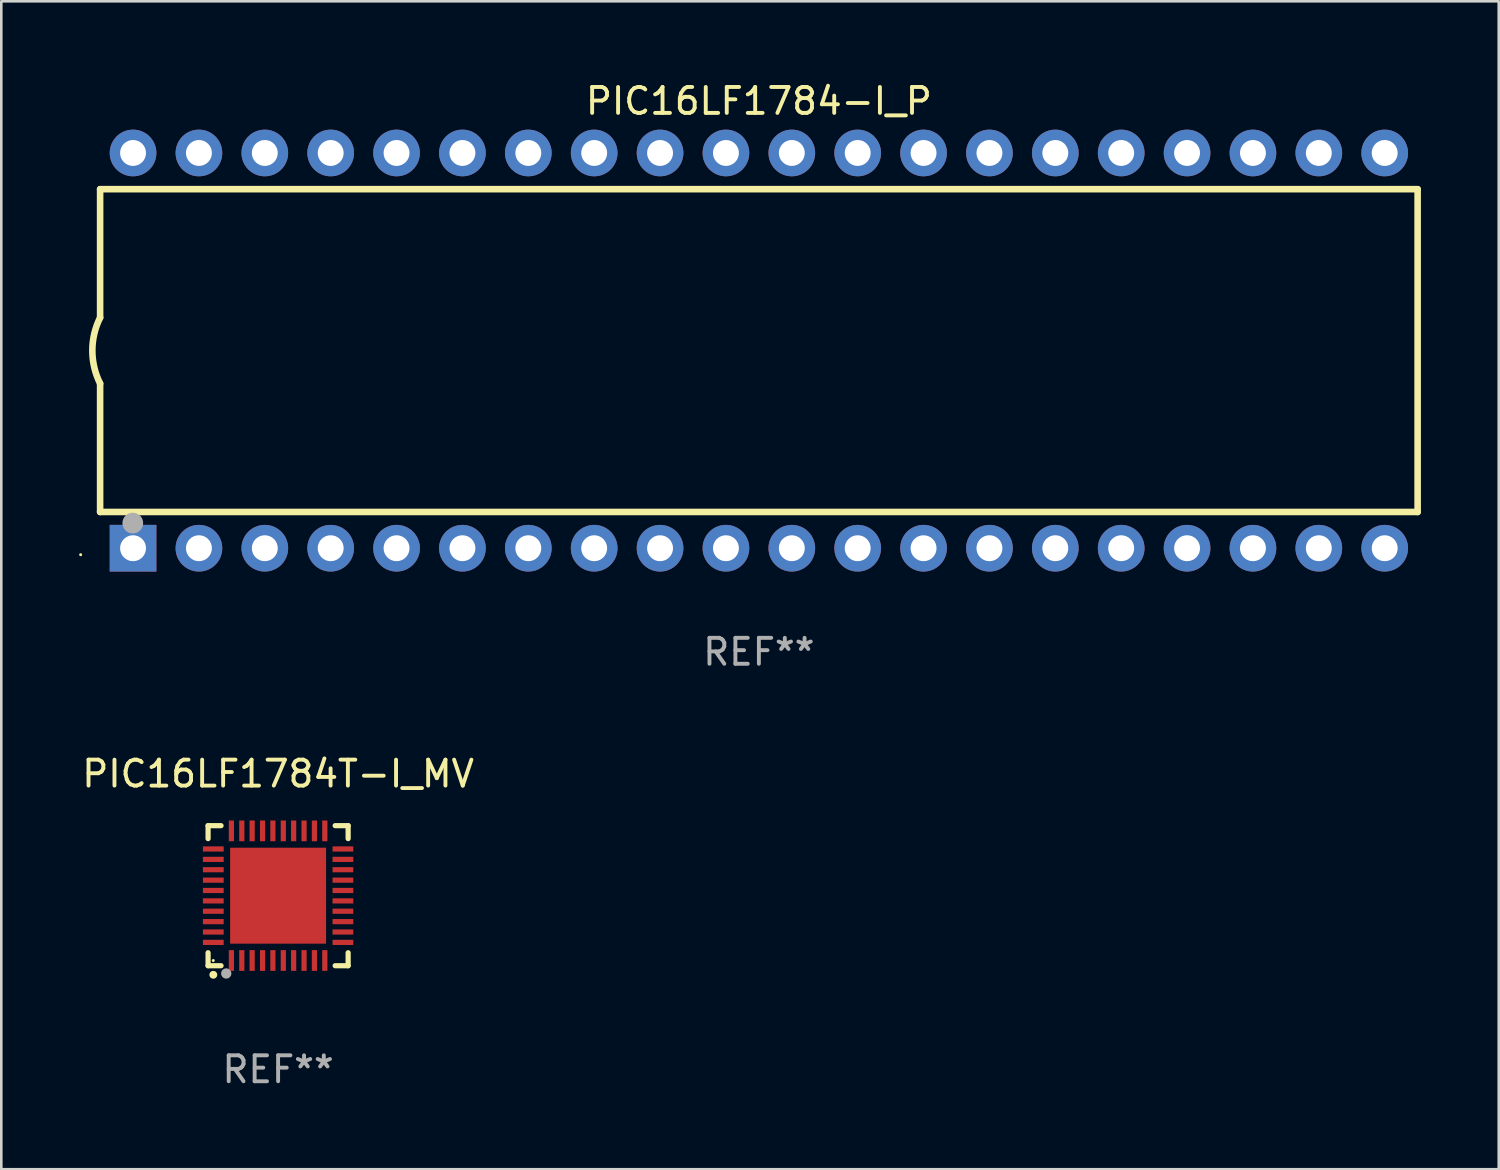
<source format=kicad_pcb>
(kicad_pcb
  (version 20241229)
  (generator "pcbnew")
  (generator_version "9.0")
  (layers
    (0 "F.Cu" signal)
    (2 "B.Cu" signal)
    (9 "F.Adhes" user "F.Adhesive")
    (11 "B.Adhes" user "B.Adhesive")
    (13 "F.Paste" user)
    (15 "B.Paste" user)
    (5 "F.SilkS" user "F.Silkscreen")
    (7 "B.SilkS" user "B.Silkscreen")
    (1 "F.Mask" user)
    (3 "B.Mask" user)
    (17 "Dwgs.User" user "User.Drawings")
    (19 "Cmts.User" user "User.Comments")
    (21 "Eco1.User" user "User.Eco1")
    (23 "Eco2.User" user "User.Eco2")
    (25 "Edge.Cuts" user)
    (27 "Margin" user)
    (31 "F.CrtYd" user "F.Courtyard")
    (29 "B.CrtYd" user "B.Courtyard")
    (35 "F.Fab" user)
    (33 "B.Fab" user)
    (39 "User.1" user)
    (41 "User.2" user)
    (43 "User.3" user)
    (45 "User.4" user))
  (footprint "PIC16LF1784-I_P"
    (layer "F.Cu")
    (at 26.21 10.468)
    (property "Reference" "PIC16LF1784-I_P" (at 0 -9.62 0) (layer "F.SilkS") (effects (font (size 1 1) (thickness 0.15))))
    (attr through_hole)
    (fp_line (start -25.4 -6.224) (end -25.4 -1.271) (stroke (width 0.254) (type solid)) (layer "F.SilkS"))
    (fp_line (start -25.4 -6.224) (end 25.4 -6.224) (stroke (width 0.254) (type solid)) (layer "F.SilkS"))
    (fp_line (start -25.4 1.269) (end -25.4 6.222) (stroke (width 0.254) (type solid)) (layer "F.SilkS"))
    (fp_line (start -25.4 6.222) (end 25.4 6.222) (stroke (width 0.254) (type solid)) (layer "F.SilkS"))
    (fp_line (start 25.4 6.222) (end 25.4 -6.224) (stroke (width 0.254) (type solid)) (layer "F.SilkS"))
    (fp_arc (start -25.4 1.269241) (mid -25.699807 -0.000762) (end -25.4 -1.270765) (stroke (width 0.254001) (type solid)) (layer "F.SilkS"))
    (fp_circle (center -26.15 7.87) (end -26.12 7.87) (stroke (width 0.06) (type solid)) (fill no) (layer "F.SilkS"))
    (fp_circle (center -24.14 6.65) (end -23.94 6.65) (stroke (width 0.4) (type solid)) (fill no) (layer "F.Fab"))
    (fp_text user "REF**" (at 0 11.62 0) (layer "F.Fab") (effects (font (size 1 1) (thickness 0.15))))
    (pad "1" thru_hole rect (at -24.13 7.62 90) (size 1.8 1.8) (drill 1) (layers "*.Cu" "*.Mask"))
    (pad "2" thru_hole circle (at -21.59 7.62) (size 1.8 1.8) (drill 1) (layers "*.Cu" "*.Mask"))
    (pad "3" thru_hole circle (at -19.05 7.62) (size 1.8 1.8) (drill 1) (layers "*.Cu" "*.Mask"))
    (pad "4" thru_hole circle (at -16.51 7.62) (size 1.8 1.8) (drill 1) (layers "*.Cu" "*.Mask"))
    (pad "5" thru_hole circle (at -13.97 7.62) (size 1.8 1.8) (drill 1) (layers "*.Cu" "*.Mask"))
    (pad "6" thru_hole circle (at -11.43 7.62) (size 1.8 1.8) (drill 1) (layers "*.Cu" "*.Mask"))
    (pad "7" thru_hole circle (at -8.89 7.62) (size 1.8 1.8) (drill 1) (layers "*.Cu" "*.Mask"))
    (pad "8" thru_hole circle (at -6.35 7.62) (size 1.8 1.8) (drill 1) (layers "*.Cu" "*.Mask"))
    (pad "9" thru_hole circle (at -3.81 7.62) (size 1.8 1.8) (drill 1) (layers "*.Cu" "*.Mask"))
    (pad "10" thru_hole circle (at -1.27 7.62) (size 1.8 1.8) (drill 1) (layers "*.Cu" "*.Mask"))
    (pad "11" thru_hole circle (at 1.27 7.62) (size 1.8 1.8) (drill 1) (layers "*.Cu" "*.Mask"))
    (pad "12" thru_hole circle (at 3.81 7.62) (size 1.8 1.8) (drill 1) (layers "*.Cu" "*.Mask"))
    (pad "13" thru_hole circle (at 6.35 7.62) (size 1.8 1.8) (drill 1) (layers "*.Cu" "*.Mask"))
    (pad "14" thru_hole circle (at 8.89 7.62) (size 1.8 1.8) (drill 1) (layers "*.Cu" "*.Mask"))
    (pad "15" thru_hole circle (at 11.43 7.62) (size 1.8 1.8) (drill 1) (layers "*.Cu" "*.Mask"))
    (pad "16" thru_hole circle (at 13.97 7.62) (size 1.8 1.8) (drill 1) (layers "*.Cu" "*.Mask"))
    (pad "17" thru_hole circle (at 16.51 7.62) (size 1.8 1.8) (drill 1) (layers "*.Cu" "*.Mask"))
    (pad "18" thru_hole circle (at 19.05 7.62) (size 1.8 1.8) (drill 1) (layers "*.Cu" "*.Mask"))
    (pad "19" thru_hole circle (at 21.59 7.62) (size 1.8 1.8) (drill 1) (layers "*.Cu" "*.Mask"))
    (pad "20" thru_hole circle (at 24.13 7.62) (size 1.8 1.8) (drill 1) (layers "*.Cu" "*.Mask"))
    (pad "21" thru_hole circle (at 24.13 -7.62) (size 1.8 1.8) (drill 1) (layers "*.Cu" "*.Mask"))
    (pad "22" thru_hole circle (at 21.59 -7.62) (size 1.8 1.8) (drill 1) (layers "*.Cu" "*.Mask"))
    (pad "23" thru_hole circle (at 19.05 -7.62) (size 1.8 1.8) (drill 1) (layers "*.Cu" "*.Mask"))
    (pad "24" thru_hole circle (at 16.51 -7.62) (size 1.8 1.8) (drill 1) (layers "*.Cu" "*.Mask"))
    (pad "25" thru_hole circle (at 13.97 -7.62) (size 1.8 1.8) (drill 1) (layers "*.Cu" "*.Mask"))
    (pad "26" thru_hole circle (at 11.43 -7.62) (size 1.8 1.8) (drill 1) (layers "*.Cu" "*.Mask"))
    (pad "27" thru_hole circle (at 8.89 -7.62) (size 1.8 1.8) (drill 1) (layers "*.Cu" "*.Mask"))
    (pad "28" thru_hole circle (at 6.35 -7.62) (size 1.8 1.8) (drill 1) (layers "*.Cu" "*.Mask"))
    (pad "29" thru_hole circle (at 3.81 -7.62) (size 1.8 1.8) (drill 1) (layers "*.Cu" "*.Mask"))
    (pad "30" thru_hole circle (at 1.27 -7.62) (size 1.8 1.8) (drill 1) (layers "*.Cu" "*.Mask"))
    (pad "31" thru_hole circle (at -1.27 -7.62) (size 1.8 1.8) (drill 1) (layers "*.Cu" "*.Mask"))
    (pad "32" thru_hole circle (at -3.81 -7.62) (size 1.8 1.8) (drill 1) (layers "*.Cu" "*.Mask"))
    (pad "33" thru_hole circle (at -6.35 -7.62) (size 1.8 1.8) (drill 1) (layers "*.Cu" "*.Mask"))
    (pad "34" thru_hole circle (at -8.89 -7.62) (size 1.8 1.8) (drill 1) (layers "*.Cu" "*.Mask"))
    (pad "35" thru_hole circle (at -11.43 -7.62) (size 1.8 1.8) (drill 1) (layers "*.Cu" "*.Mask"))
    (pad "36" thru_hole circle (at -13.97 -7.62) (size 1.8 1.8) (drill 1) (layers "*.Cu" "*.Mask"))
    (pad "37" thru_hole circle (at -16.51 -7.62) (size 1.8 1.8) (drill 1) (layers "*.Cu" "*.Mask"))
    (pad "38" thru_hole circle (at -19.05 -7.62) (size 1.8 1.8) (drill 1) (layers "*.Cu" "*.Mask"))
    (pad "39" thru_hole circle (at -21.59 -7.62) (size 1.8 1.8) (drill 1) (layers "*.Cu" "*.Mask"))
    (pad "40" thru_hole circle (at -24.13 -7.62) (size 1.8 1.8) (drill 1) (layers "*.Cu" "*.Mask")))
  (footprint "PIC16LF1784T-I_MV"
    (layer "F.Cu")
    (at 7.673 31.485)
    (property "Reference" "PIC16LF1784T-I_MV" (at 0 -4.7 0) (layer "F.SilkS") (effects (font (size 1 1) (thickness 0.15))))
    (attr through_hole)
    (fp_line (start -2.7 -2.7) (end -2.7 -2.2) (stroke (width 0.2) (type solid)) (layer "F.SilkS"))
    (fp_line (start -2.7 2.7) (end -2.7 2.2) (stroke (width 0.2) (type solid)) (layer "F.SilkS"))
    (fp_line (start -2.2 -2.7) (end -2.7 -2.7) (stroke (width 0.2) (type solid)) (layer "F.SilkS"))
    (fp_line (start -2.2 2.7) (end -2.7 2.7) (stroke (width 0.2) (type solid)) (layer "F.SilkS"))
    (fp_line (start 2.7 -2.7) (end 2.2 -2.7) (stroke (width 0.2) (type solid)) (layer "F.SilkS"))
    (fp_line (start 2.7 -2.2) (end 2.7 -2.7) (stroke (width 0.2) (type solid)) (layer "F.SilkS"))
    (fp_line (start 2.7 2.2) (end 2.7 2.7) (stroke (width 0.2) (type solid)) (layer "F.SilkS"))
    (fp_line (start 2.7 2.7) (end 2.2 2.7) (stroke (width 0.2) (type solid)) (layer "F.SilkS"))
    (fp_arc (start -2.499365 3.050546) (mid -2.498095 3.050541) (end -2.496825 3.050546) (stroke (width 0.3) (type solid)) (layer "F.SilkS"))
    (fp_circle (center -2.5 2.5) (end -2.47 2.5) (stroke (width 0.06) (type solid)) (fill no) (layer "F.SilkS"))
    (fp_circle (center -2 3) (end -1.9 3) (stroke (width 0.2) (type solid)) (fill no) (layer "F.Fab"))
    (fp_text user "REF**" (at 0 6.7 0) (layer "F.Fab") (effects (font (size 1 1) (thickness 0.15))))
    (pad "1" smd rect (at -1.801 2.499) (size 0.2 0.8) (layers "F.Cu" "F.Mask" "F.Paste"))
    (pad "2" smd rect (at -1.4 2.499) (size 0.2 0.8) (layers "F.Cu" "F.Mask" "F.Paste"))
    (pad "3" smd rect (at -1.001 2.499) (size 0.2 0.8) (layers "F.Cu" "F.Mask" "F.Paste"))
    (pad "4" smd rect (at -0.599 2.499) (size 0.2 0.8) (layers "F.Cu" "F.Mask" "F.Paste"))
    (pad "5" smd rect (at -0.201 2.499) (size 0.2 0.8) (layers "F.Cu" "F.Mask" "F.Paste"))
    (pad "6" smd rect (at 0.201 2.499) (size 0.2 0.8) (layers "F.Cu" "F.Mask" "F.Paste"))
    (pad "7" smd rect (at 0.599 2.499) (size 0.2 0.8) (layers "F.Cu" "F.Mask" "F.Paste"))
    (pad "8" smd rect (at 1.001 2.499) (size 0.2 0.8) (layers "F.Cu" "F.Mask" "F.Paste"))
    (pad "9" smd rect (at 1.4 2.499) (size 0.2 0.8) (layers "F.Cu" "F.Mask" "F.Paste"))
    (pad "10" smd rect (at 1.801 2.499) (size 0.2 0.8) (layers "F.Cu" "F.Mask" "F.Paste"))
    (pad "11" smd rect (at 2.499 1.801) (size 0.8 0.2) (layers "F.Cu" "F.Mask" "F.Paste"))
    (pad "12" smd rect (at 2.499 1.4) (size 0.8 0.2) (layers "F.Cu" "F.Mask" "F.Paste"))
    (pad "13" smd rect (at 2.499 1.001) (size 0.8 0.2) (layers "F.Cu" "F.Mask" "F.Paste"))
    (pad "14" smd rect (at 2.499 0.599) (size 0.8 0.2) (layers "F.Cu" "F.Mask" "F.Paste"))
    (pad "15" smd rect (at 2.499 0.201) (size 0.8 0.2) (layers "F.Cu" "F.Mask" "F.Paste"))
    (pad "16" smd rect (at 2.499 -0.201) (size 0.8 0.2) (layers "F.Cu" "F.Mask" "F.Paste"))
    (pad "17" smd rect (at 2.499 -0.599) (size 0.8 0.2) (layers "F.Cu" "F.Mask" "F.Paste"))
    (pad "18" smd rect (at 2.499 -1.001) (size 0.8 0.2) (layers "F.Cu" "F.Mask" "F.Paste"))
    (pad "19" smd rect (at 2.499 -1.4) (size 0.8 0.2) (layers "F.Cu" "F.Mask" "F.Paste"))
    (pad "20" smd rect (at 2.499 -1.801) (size 0.8 0.2) (layers "F.Cu" "F.Mask" "F.Paste"))
    (pad "21" smd rect (at 1.801 -2.499) (size 0.2 0.8) (layers "F.Cu" "F.Mask" "F.Paste"))
    (pad "22" smd rect (at 1.4 -2.499) (size 0.2 0.8) (layers "F.Cu" "F.Mask" "F.Paste"))
    (pad "23" smd rect (at 1.001 -2.499) (size 0.2 0.8) (layers "F.Cu" "F.Mask" "F.Paste"))
    (pad "24" smd rect (at 0.599 -2.499) (size 0.2 0.8) (layers "F.Cu" "F.Mask" "F.Paste"))
    (pad "25" smd rect (at 0.201 -2.499) (size 0.2 0.8) (layers "F.Cu" "F.Mask" "F.Paste"))
    (pad "26" smd rect (at -0.201 -2.499) (size 0.2 0.8) (layers "F.Cu" "F.Mask" "F.Paste"))
    (pad "27" smd rect (at -0.599 -2.499) (size 0.2 0.8) (layers "F.Cu" "F.Mask" "F.Paste"))
    (pad "28" smd rect (at -1.001 -2.499) (size 0.2 0.8) (layers "F.Cu" "F.Mask" "F.Paste"))
    (pad "29" smd rect (at -1.4 -2.499) (size 0.2 0.8) (layers "F.Cu" "F.Mask" "F.Paste"))
    (pad "30" smd rect (at -1.801 -2.499) (size 0.2 0.8) (layers "F.Cu" "F.Mask" "F.Paste"))
    (pad "31" smd rect (at -2.499 -1.801) (size 0.8 0.2) (layers "F.Cu" "F.Mask" "F.Paste"))
    (pad "32" smd rect (at -2.499 -1.4) (size 0.8 0.2) (layers "F.Cu" "F.Mask" "F.Paste"))
    (pad "33" smd rect (at -2.499 -1.001) (size 0.8 0.2) (layers "F.Cu" "F.Mask" "F.Paste"))
    (pad "34" smd rect (at -2.499 -0.599) (size 0.8 0.2) (layers "F.Cu" "F.Mask" "F.Paste"))
    (pad "35" smd rect (at -2.499 -0.201) (size 0.8 0.2) (layers "F.Cu" "F.Mask" "F.Paste"))
    (pad "36" smd rect (at -2.499 0.201) (size 0.8 0.2) (layers "F.Cu" "F.Mask" "F.Paste"))
    (pad "37" smd rect (at -2.499 0.599) (size 0.8 0.2) (layers "F.Cu" "F.Mask" "F.Paste"))
    (pad "38" smd rect (at -2.499 1.001) (size 0.8 0.2) (layers "F.Cu" "F.Mask" "F.Paste"))
    (pad "39" smd rect (at -2.499 1.4) (size 0.8 0.2) (layers "F.Cu" "F.Mask" "F.Paste"))
    (pad "40" smd rect (at -2.499 1.801) (size 0.8 0.2) (layers "F.Cu" "F.Mask" "F.Paste"))
    (pad "41" smd rect (at 0 0) (size 3.7 3.7) (layers "F.Cu" "F.Mask" "F.Paste")))
  (gr_rect
    (start -3 -3)
    (end 54.737 42.033)
    (stroke (width 0.1) (type default))
    (fill no)
    (layer "Edge.Cuts")))
</source>
